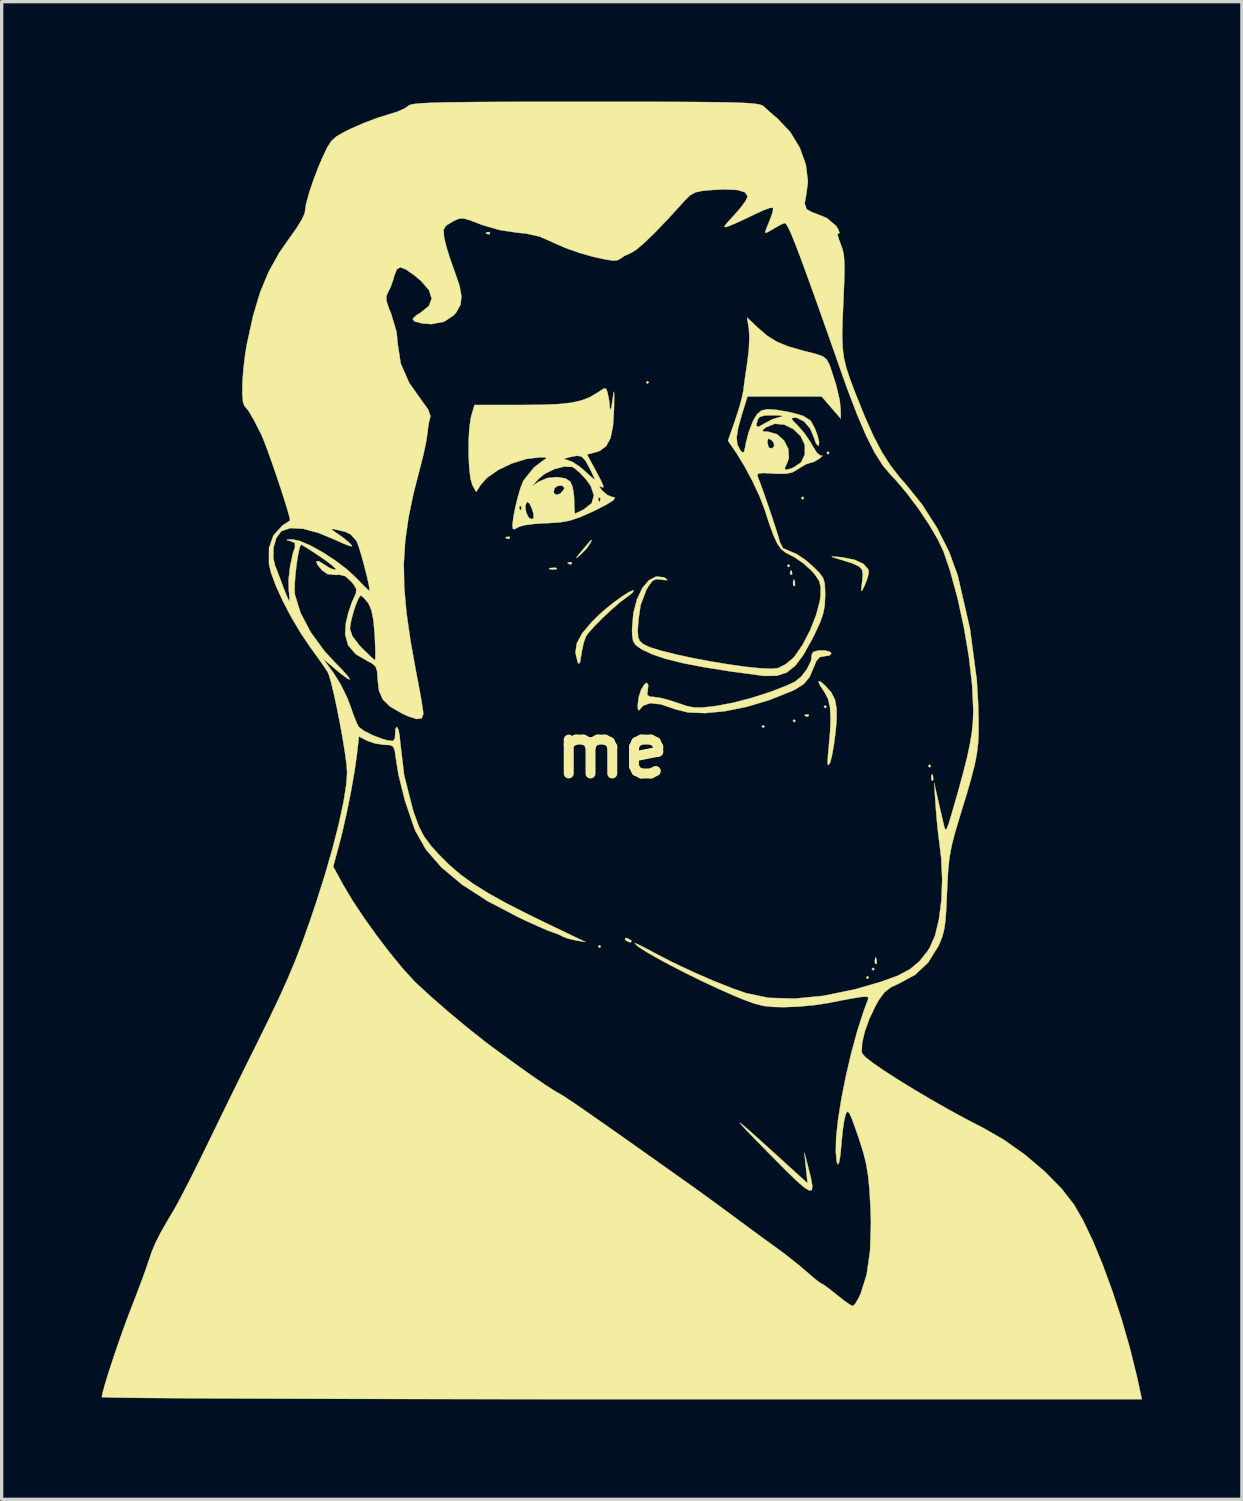
<source format=kicad_pcb>
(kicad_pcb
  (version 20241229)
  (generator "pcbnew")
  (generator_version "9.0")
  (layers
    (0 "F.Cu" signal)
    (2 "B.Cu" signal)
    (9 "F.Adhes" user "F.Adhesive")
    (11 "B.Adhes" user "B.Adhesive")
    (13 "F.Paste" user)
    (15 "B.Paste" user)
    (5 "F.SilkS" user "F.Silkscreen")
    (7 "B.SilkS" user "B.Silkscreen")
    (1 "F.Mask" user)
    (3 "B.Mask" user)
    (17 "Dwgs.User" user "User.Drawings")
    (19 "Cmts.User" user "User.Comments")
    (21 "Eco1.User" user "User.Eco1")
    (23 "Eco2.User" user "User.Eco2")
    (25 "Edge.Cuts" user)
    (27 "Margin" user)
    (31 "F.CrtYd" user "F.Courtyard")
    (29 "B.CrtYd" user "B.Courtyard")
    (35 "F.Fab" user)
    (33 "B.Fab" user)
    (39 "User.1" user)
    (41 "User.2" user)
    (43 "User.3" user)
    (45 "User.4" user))
  (footprint "me"
    (layer "F.Cu")
    (at 15.329 19.478)
    (property "Reference" "me" (at 0 0 0) (layer "F.SilkS") (effects (font (size 1.524 1.524) (thickness 0.3))))
    (attr through_hole)
    (fp_poly (pts (xy -0.339 5.884) (xy -0.381 5.927) (xy -0.423 5.884) (xy -0.381 5.842) (xy -0.339 5.884)) (stroke (width 0.01) (type solid)) (fill yes) (layer "F.SilkS"))
    (fp_poly (pts (xy 1.101 -11.049) (xy 1.058 -11.007) (xy 1.016 -11.049) (xy 1.058 -11.091) (xy 1.101 -11.049)) (stroke (width 0.01) (type solid)) (fill yes) (layer "F.SilkS"))
    (fp_poly (pts (xy 4.572 -0.72) (xy 4.53 -0.677) (xy 4.487 -0.72) (xy 4.53 -0.762) (xy 4.572 -0.72)) (stroke (width 0.01) (type solid)) (fill yes) (layer "F.SilkS"))
    (fp_poly (pts (xy 5.334 -5.546) (xy 5.292 -5.503) (xy 5.249 -5.546) (xy 5.292 -5.588) (xy 5.334 -5.546)) (stroke (width 0.01) (type solid)) (fill yes) (layer "F.SilkS"))
    (fp_poly (pts (xy 5.503 -0.889) (xy 5.461 -0.847) (xy 5.419 -0.889) (xy 5.461 -0.931) (xy 5.503 -0.889)) (stroke (width 0.01) (type solid)) (fill yes) (layer "F.SilkS"))
    (fp_poly (pts (xy 5.757 -7.578) (xy 5.715 -7.535) (xy 5.673 -7.578) (xy 5.715 -7.62) (xy 5.757 -7.578)) (stroke (width 0.01) (type solid)) (fill yes) (layer "F.SilkS"))
    (fp_poly (pts (xy 6.435 -1.312) (xy 6.392 -1.27) (xy 6.35 -1.312) (xy 6.392 -1.355) (xy 6.435 -1.312)) (stroke (width 0.01) (type solid)) (fill yes) (layer "F.SilkS"))
    (fp_poly (pts (xy 6.519 -8.932) (xy 6.477 -8.89) (xy 6.435 -8.932) (xy 6.477 -8.975) (xy 6.519 -8.932)) (stroke (width 0.01) (type solid)) (fill yes) (layer "F.SilkS"))
    (fp_poly (pts (xy 7.705 6.816) (xy 7.662 6.858) (xy 7.62 6.816) (xy 7.662 6.773) (xy 7.705 6.816)) (stroke (width 0.01) (type solid)) (fill yes) (layer "F.SilkS"))
    (fp_poly (pts (xy 7.874 6.562) (xy 7.832 6.604) (xy 7.789 6.562) (xy 7.832 6.519) (xy 7.874 6.562)) (stroke (width 0.01) (type solid)) (fill yes) (layer "F.SilkS"))
    (fp_poly (pts (xy 9.567 0.466) (xy 9.525 0.508) (xy 9.483 0.466) (xy 9.525 0.423) (xy 9.567 0.466)) (stroke (width 0.01) (type solid)) (fill yes) (layer "F.SilkS"))
    (fp_poly (pts (xy -3.669 -15.55) (xy -3.681 -15.5) (xy -3.725 -15.494) (xy -3.795 -15.525) (xy -3.782 -15.55) (xy -3.681 -15.561) (xy -3.669 -15.55)) (stroke (width 0.01) (type solid)) (fill yes) (layer "F.SilkS"))
    (fp_poly (pts (xy -3.076 -6.406) (xy -3.088 -6.356) (xy -3.133 -6.35) (xy -3.202 -6.381) (xy -3.189 -6.406) (xy -3.089 -6.417) (xy -3.076 -6.406)) (stroke (width 0.01) (type solid)) (fill yes) (layer "F.SilkS"))
    (fp_poly (pts (xy -1.672 -5.475) (xy -1.662 -5.444) (xy -1.778 -5.432) (xy -1.898 -5.445) (xy -1.884 -5.475) (xy -1.71 -5.486) (xy -1.672 -5.475)) (stroke (width 0.01) (type solid)) (fill yes) (layer "F.SilkS"))
    (fp_poly (pts (xy -1.214 -5.644) (xy -1.225 -5.594) (xy -1.27 -5.588) (xy -1.34 -5.619) (xy -1.326 -5.644) (xy -1.226 -5.655) (xy -1.214 -5.644)) (stroke (width 0.01) (type solid)) (fill yes) (layer "F.SilkS"))
    (fp_poly (pts (xy 5.39 -5.39) (xy 5.401 -5.29) (xy 5.39 -5.278) (xy 5.34 -5.289) (xy 5.334 -5.334) (xy 5.365 -5.404) (xy 5.39 -5.39)) (stroke (width 0.01) (type solid)) (fill yes) (layer "F.SilkS"))
    (fp_poly (pts (xy 5.477 -5.096) (xy 5.487 -4.964) (xy 5.47 -4.934) (xy 5.431 -4.959) (xy 5.425 -5.045) (xy 5.446 -5.135) (xy 5.477 -5.096)) (stroke (width 0.01) (type solid)) (fill yes) (layer "F.SilkS"))
    (fp_poly (pts (xy 5.898 -1.072) (xy 5.887 -1.022) (xy 5.842 -1.016) (xy 5.772 -1.047) (xy 5.786 -1.072) (xy 5.886 -1.083) (xy 5.898 -1.072)) (stroke (width 0.01) (type solid)) (fill yes) (layer "F.SilkS"))
    (fp_poly (pts (xy 7.932 6.249) (xy 7.942 6.382) (xy 7.925 6.412) (xy 7.887 6.386) (xy 7.881 6.301) (xy 7.901 6.21) (xy 7.932 6.249)) (stroke (width 0.01) (type solid)) (fill yes) (layer "F.SilkS"))
    (fp_poly (pts (xy 9.625 0.746) (xy 9.635 0.878) (xy 9.618 0.908) (xy 9.58 0.883) (xy 9.574 0.797) (xy 9.595 0.707) (xy 9.625 0.746)) (stroke (width 0.01) (type solid)) (fill yes) (layer "F.SilkS"))
    (fp_poly (pts (xy 0.461 5.64) (xy 0.58 5.709) (xy 0.56 5.753) (xy 0.513 5.757) (xy 0.398 5.696) (xy 0.382 5.674) (xy 0.395 5.626) (xy 0.461 5.64)) (stroke (width 0.01) (type solid)) (fill yes) (layer "F.SilkS"))
    (fp_poly (pts (xy -0.649 -6.242) (xy -0.659 -6.222) (xy -0.789 -6.041) (xy -0.945 -5.884) (xy -1.065 -5.785) (xy -1.08 -5.787) (xy -0.989 -5.902) (xy -0.933 -5.97) (xy -0.741 -6.199) (xy -0.64 -6.311) (xy -0.614 -6.321) (xy -0.649 -6.242)) (stroke (width 0.01) (type solid)) (fill yes) (layer "F.SilkS"))
    (fp_poly (pts (xy 6.71 -5.817) (xy 6.895 -5.799) (xy 7.268 -5.726) (xy 7.54 -5.6) (xy 7.685 -5.438) (xy 7.701 -5.353) (xy 7.663 -5.176) (xy 7.577 -4.954) (xy 7.576 -4.953) (xy 7.504 -4.806) (xy 7.475 -4.785) (xy 7.482 -4.906) (xy 7.503 -5.088) (xy 7.521 -5.29) (xy 7.497 -5.428) (xy 7.402 -5.529) (xy 7.208 -5.617) (xy 6.888 -5.719) (xy 6.773 -5.754) (xy 6.612 -5.804) (xy 6.587 -5.823) (xy 6.71 -5.817)) (stroke (width 0.01) (type solid)) (fill yes) (layer "F.SilkS"))
    (fp_poly (pts (xy 3.889 11.216) (xy 4.07 11.371) (xy 4.372 11.64) (xy 4.797 12.024) (xy 4.985 12.194) (xy 5.863 12.992) (xy 5.814 12.529) (xy 5.765 12.065) (xy 5.888 12.531) (xy 5.967 12.85) (xy 6.006 13.072) (xy 5.992 13.194) (xy 5.916 13.211) (xy 5.766 13.12) (xy 5.533 12.918) (xy 5.205 12.601) (xy 4.773 12.164) (xy 4.741 12.133) (xy 4.342 11.725) (xy 4.055 11.429) (xy 3.883 11.245) (xy 3.827 11.174) (xy 3.889 11.216)) (stroke (width 0.01) (type solid)) (fill yes) (layer "F.SilkS"))
    (fp_poly (pts (xy 6.251 -2.066) (xy 6.386 -1.954) (xy 6.572 -1.746) (xy 6.686 -1.522) (xy 6.736 -1.241) (xy 6.731 -0.864) (xy 6.699 -0.519) (xy 6.651 -0.159) (xy 6.596 0.148) (xy 6.543 0.355) (xy 6.522 0.402) (xy 6.477 0.44) (xy 6.463 0.345) (xy 6.479 0.1) (xy 6.488 0.011) (xy 6.538 -0.557) (xy 6.554 -0.987) (xy 6.535 -1.308) (xy 6.477 -1.548) (xy 6.38 -1.736) (xy 6.371 -1.749) (xy 6.229 -1.968) (xy 6.189 -2.077) (xy 6.251 -2.066)) (stroke (width 0.01) (type solid)) (fill yes) (layer "F.SilkS"))
    (fp_poly (pts (xy 0.644 -4.803) (xy 0.608 -4.737) (xy 0.47 -4.627) (xy 0.447 -4.612) (xy 0.238 -4.454) (xy -0.025 -4.227) (xy -0.3 -3.968) (xy -0.548 -3.717) (xy -0.728 -3.512) (xy -0.786 -3.429) (xy -0.856 -3.24) (xy -0.915 -2.973) (xy -0.928 -2.879) (xy -0.965 -2.661) (xy -1.004 -2.6) (xy -1.038 -2.653) (xy -1.106 -2.937) (xy -1.065 -3.217) (xy -0.903 -3.518) (xy -0.609 -3.864) (xy -0.423 -4.049) (xy -0.193 -4.254) (xy 0.064 -4.458) (xy 0.311 -4.635) (xy 0.511 -4.76) (xy 0.63 -4.808) (xy 0.644 -4.803)) (stroke (width 0.01) (type solid)) (fill yes) (layer "F.SilkS"))
    (fp_poly (pts (xy 6.532 -2.964) (xy 6.577 -2.918) (xy 6.528 -2.854) (xy 6.387 -2.833) (xy 6.228 -2.803) (xy 6.122 -2.68) (xy 6.057 -2.518) (xy 5.924 -2.207) (xy 5.755 -1.999) (xy 5.495 -1.834) (xy 5.372 -1.776) (xy 4.709 -1.511) (xy 4.036 -1.311) (xy 3.384 -1.179) (xy 2.785 -1.122) (xy 2.271 -1.143) (xy 1.905 -1.234) (xy 1.464 -1.384) (xy 1.141 -1.421) (xy 0.931 -1.347) (xy 0.887 -1.301) (xy 0.801 -1.202) (xy 0.77 -1.243) (xy 0.765 -1.372) (xy 0.794 -1.604) (xy 0.869 -1.83) (xy 0.967 -1.99) (xy 1.039 -2.032) (xy 1.081 -1.963) (xy 1.066 -1.82) (xy 1.049 -1.666) (xy 1.137 -1.613) (xy 1.239 -1.609) (xy 1.439 -1.58) (xy 1.726 -1.505) (xy 1.963 -1.427) (xy 2.228 -1.337) (xy 2.445 -1.293) (xy 2.676 -1.288) (xy 2.983 -1.319) (xy 3.157 -1.343) (xy 3.648 -1.437) (xy 4.207 -1.585) (xy 4.767 -1.766) (xy 5.261 -1.959) (xy 5.484 -2.064) (xy 5.676 -2.221) (xy 5.85 -2.453) (xy 5.968 -2.7) (xy 5.992 -2.895) (xy 6.046 -2.966) (xy 6.199 -3.003) (xy 6.383 -3.003) (xy 6.532 -2.964)) (stroke (width 0.01) (type solid)) (fill yes) (layer "F.SilkS"))
    (fp_poly (pts (xy -0.184 -10.86) (xy -0.141 -10.744) (xy -0.138 -10.73) (xy -0.094 -10.501) (xy -0.072 -10.287) (xy -0.056 -10.209) (xy -0.028 -10.291) (xy 0.005 -10.499) (xy 0.034 -10.702) (xy 0.051 -10.772) (xy 0.058 -10.698) (xy 0.056 -10.472) (xy 0.052 -10.245) (xy 0.022 -9.739) (xy -0.053 -9.377) (xy -0.182 -9.137) (xy -0.373 -8.995) (xy -0.485 -8.956) (xy -0.758 -8.886) (xy -0.506 -8.421) (xy -0.352 -8.129) (xy -0.275 -7.961) (xy -0.27 -7.895) (xy -0.33 -7.91) (xy -0.36 -7.926) (xy -0.388 -7.918) (xy -0.314 -7.815) (xy -0.304 -7.804) (xy -0.15 -7.669) (xy -0.029 -7.62) (xy 0.083 -7.593) (xy 0.034 -7.513) (xy -0.173 -7.38) (xy -0.539 -7.195) (xy -0.604 -7.164) (xy -0.977 -7) (xy -1.275 -6.9) (xy -1.57 -6.848) (xy -1.933 -6.824) (xy -1.996 -6.823) (xy -2.337 -6.802) (xy -2.619 -6.765) (xy -2.794 -6.718) (xy -2.818 -6.704) (xy -2.939 -6.642) (xy -2.982 -6.651) (xy -2.996 -6.761) (xy -2.97 -6.986) (xy -2.915 -7.277) (xy -2.914 -7.281) (xy -2.794 -7.281) (xy -2.763 -7.212) (xy -2.738 -7.225) (xy -2.728 -7.321) (xy -2.612 -7.321) (xy -2.583 -7.14) (xy -2.505 -6.989) (xy -2.424 -6.943) (xy -2.358 -6.976) (xy -2.365 -7.101) (xy -2.403 -7.236) (xy -2.482 -7.415) (xy -2.558 -7.463) (xy -2.571 -7.454) (xy -2.612 -7.321) (xy -2.728 -7.321) (xy -2.727 -7.325) (xy -2.738 -7.338) (xy -2.788 -7.326) (xy -2.794 -7.281) (xy -2.914 -7.281) (xy -2.841 -7.587) (xy -2.797 -7.737) (xy -1.759 -7.737) (xy -1.675 -7.67) (xy -1.559 -7.711) (xy -1.457 -7.832) (xy -1.439 -7.884) (xy -1.501 -7.95) (xy -1.629 -7.946) (xy -1.735 -7.876) (xy -1.736 -7.874) (xy -1.759 -7.737) (xy -2.797 -7.737) (xy -2.759 -7.868) (xy -2.735 -7.93) (xy -2.413 -7.93) (xy -2.204 -8.071) (xy -1.951 -8.178) (xy -1.662 -8.209) (xy -1.403 -8.166) (xy -1.26 -8.073) (xy -1.19 -7.908) (xy -1.149 -7.651) (xy -1.143 -7.523) (xy -1.138 -7.286) (xy -1.126 -7.137) (xy -1.118 -7.112) (xy -1.033 -7.147) (xy -0.863 -7.231) (xy -0.852 -7.236) (xy -0.62 -7.422) (xy -0.586 -7.535) (xy -0.423 -7.535) (xy -0.392 -7.466) (xy -0.367 -7.479) (xy -0.357 -7.579) (xy -0.367 -7.592) (xy -0.417 -7.58) (xy -0.423 -7.535) (xy -0.586 -7.535) (xy -0.551 -7.656) (xy -0.643 -7.935) (xy -0.781 -8.13) (xy -0.969 -8.333) (xy -1.138 -8.477) (xy -1.202 -8.512) (xy -1.442 -8.523) (xy -1.741 -8.445) (xy -2.028 -8.303) (xy -2.207 -8.157) (xy -2.413 -7.93) (xy -2.735 -7.93) (xy -2.679 -8.073) (xy -2.655 -8.116) (xy -2.353 -8.494) (xy -2.074 -8.706) (xy -1.99 -8.761) (xy -1.435 -8.761) (xy -1.433 -8.735) (xy -1.375 -8.729) (xy -1.203 -8.668) (xy -0.981 -8.523) (xy -0.867 -8.427) (xy -0.683 -8.259) (xy -0.558 -8.152) (xy -0.527 -8.13) (xy -0.548 -8.196) (xy -0.626 -8.364) (xy -0.674 -8.461) (xy -0.808 -8.704) (xy -0.92 -8.823) (xy -1.062 -8.847) (xy -1.272 -8.807) (xy -1.435 -8.761) (xy -1.99 -8.761) (xy -1.974 -8.771) (xy -2.012 -8.797) (xy -2.159 -8.802) (xy -2.573 -8.753) (xy -3.013 -8.617) (xy -3.428 -8.418) (xy -3.766 -8.18) (xy -3.939 -7.986) (xy -4.086 -7.762) (xy -4.199 -7.966) (xy -4.255 -8.16) (xy -4.293 -8.474) (xy -4.312 -8.86) (xy -4.312 -9.269) (xy -4.292 -9.654) (xy -4.25 -9.966) (xy -4.226 -10.066) (xy -4.135 -10.372) (xy -2.723 -10.372) (xy -2.094 -10.378) (xy -1.604 -10.399) (xy -1.224 -10.44) (xy -0.925 -10.507) (xy -0.677 -10.604) (xy -0.452 -10.736) (xy -0.412 -10.763) (xy -0.256 -10.864) (xy -0.184 -10.86)) (stroke (width 0.01) (type solid)) (fill yes) (layer "F.SilkS"))
    (fp_poly (pts (xy 4.373 -12.688) (xy 4.656 -12.446) (xy 4.943 -12.268) (xy 5.284 -12.128) (xy 5.734 -12) (xy 5.818 -11.979) (xy 6.133 -11.899) (xy 6.325 -11.828) (xy 6.437 -11.737) (xy 6.512 -11.598) (xy 6.555 -11.483) (xy 6.725 -10.956) (xy 6.829 -10.503) (xy 6.858 -10.209) (xy 6.858 -9.962) (xy 6.571 -10.294) (xy 6.285 -10.626) (xy 4.058 -10.626) (xy 3.892 -10.088) (xy 3.779 -9.683) (xy 3.734 -9.396) (xy 3.755 -9.188) (xy 3.839 -9.021) (xy 3.839 -9.02) (xy 3.913 -8.94) (xy 3.958 -8.971) (xy 3.997 -9.138) (xy 4.011 -9.224) (xy 4.015 -9.239) (xy 4.657 -9.239) (xy 4.699 -9.09) (xy 4.793 -9.066) (xy 4.862 -9.134) (xy 4.846 -9.242) (xy 4.783 -9.314) (xy 4.686 -9.368) (xy 4.657 -9.279) (xy 4.657 -9.239) (xy 4.015 -9.239) (xy 4.092 -9.545) (xy 4.116 -9.609) (xy 4.505 -9.609) (xy 4.536 -9.576) (xy 4.678 -9.57) (xy 4.944 -9.494) (xy 5.157 -9.305) (xy 5.287 -9.05) (xy 5.302 -8.779) (xy 5.257 -8.649) (xy 5.178 -8.478) (xy 5.207 -8.421) (xy 5.362 -8.463) (xy 5.436 -8.492) (xy 5.667 -8.648) (xy 5.78 -8.885) (xy 5.78 -9.176) (xy 5.652 -9.44) (xy 5.434 -9.65) (xy 5.163 -9.782) (xy 4.878 -9.807) (xy 4.614 -9.701) (xy 4.505 -9.609) (xy 4.116 -9.609) (xy 4.173 -9.758) (xy 4.321 -9.758) (xy 4.373 -9.709) (xy 4.531 -9.792) (xy 4.553 -9.808) (xy 4.799 -9.94) (xy 5.04 -10.013) (xy 5.129 -10.036) (xy 5.05 -10.053) (xy 4.856 -10.063) (xy 4.573 -10.056) (xy 4.42 -10.007) (xy 4.369 -9.941) (xy 4.321 -9.758) (xy 4.173 -9.758) (xy 4.215 -9.868) (xy 4.237 -9.914) (xy 4.347 -10.095) (xy 4.474 -10.203) (xy 4.655 -10.244) (xy 4.925 -10.226) (xy 5.319 -10.157) (xy 5.369 -10.147) (xy 5.722 -10.048) (xy 5.933 -9.917) (xy 5.979 -9.861) (xy 6.084 -9.661) (xy 6.166 -9.441) (xy 6.209 -9.254) (xy 6.197 -9.151) (xy 6.181 -9.144) (xy 6.114 -9.217) (xy 6.056 -9.387) (xy 5.942 -9.662) (xy 5.755 -9.878) (xy 5.541 -9.986) (xy 5.491 -9.991) (xy 5.393 -9.979) (xy 5.401 -9.924) (xy 5.525 -9.796) (xy 5.568 -9.756) (xy 5.767 -9.527) (xy 5.958 -9.243) (xy 6.003 -9.16) (xy 6.141 -8.939) (xy 6.256 -8.847) (xy 6.29 -8.851) (xy 6.313 -8.847) (xy 6.228 -8.769) (xy 6.057 -8.665) (xy 5.949 -8.636) (xy 5.808 -8.589) (xy 5.615 -8.473) (xy 5.592 -8.456) (xy 5.419 -8.353) (xy 5.225 -8.307) (xy 4.948 -8.306) (xy 4.83 -8.313) (xy 4.546 -8.329) (xy 4.398 -8.317) (xy 4.354 -8.272) (xy 4.368 -8.218) (xy 4.445 -8.019) (xy 4.553 -7.717) (xy 4.678 -7.359) (xy 4.803 -6.987) (xy 4.914 -6.648) (xy 4.996 -6.385) (xy 5.031 -6.255) (xy 5.123 -6.073) (xy 5.328 -5.983) (xy 5.336 -5.981) (xy 5.535 -5.896) (xy 5.788 -5.727) (xy 5.994 -5.553) (xy 6.209 -5.342) (xy 6.328 -5.182) (xy 6.379 -5.009) (xy 6.39 -4.757) (xy 6.39 -4.641) (xy 6.378 -4.364) (xy 6.335 -4.122) (xy 6.246 -3.862) (xy 6.095 -3.532) (xy 6.005 -3.35) (xy 5.741 -2.875) (xy 5.495 -2.545) (xy 5.238 -2.341) (xy 4.944 -2.245) (xy 4.587 -2.238) (xy 4.445 -2.253) (xy 3.52 -2.378) (xy 2.749 -2.501) (xy 2.117 -2.623) (xy 1.61 -2.749) (xy 1.212 -2.881) (xy 0.908 -3.024) (xy 0.866 -3.048) (xy 0.705 -3.162) (xy 0.624 -3.286) (xy 0.596 -3.482) (xy 0.594 -3.661) (xy 0.634 -4.126) (xy 0.741 -4.537) (xy 0.9 -4.871) (xy 1.097 -5.107) (xy 1.318 -5.223) (xy 1.547 -5.198) (xy 1.609 -5.163) (xy 1.655 -5.114) (xy 1.553 -5.116) (xy 1.48 -5.129) (xy 1.316 -5.144) (xy 1.2 -5.086) (xy 1.082 -4.924) (xy 1.023 -4.821) (xy 0.851 -4.366) (xy 0.782 -3.895) (xy 0.765 -3.586) (xy 0.777 -3.398) (xy 0.828 -3.284) (xy 0.928 -3.195) (xy 0.936 -3.19) (xy 1.135 -3.097) (xy 1.469 -2.994) (xy 1.904 -2.885) (xy 2.407 -2.776) (xy 2.944 -2.675) (xy 3.482 -2.586) (xy 3.987 -2.515) (xy 4.427 -2.469) (xy 4.768 -2.453) (xy 4.969 -2.471) (xy 5.2 -2.585) (xy 5.429 -2.774) (xy 5.469 -2.818) (xy 5.711 -3.168) (xy 5.938 -3.606) (xy 6.12 -4.068) (xy 6.231 -4.488) (xy 6.248 -4.617) (xy 6.258 -4.893) (xy 6.215 -5.083) (xy 6.091 -5.27) (xy 6 -5.377) (xy 5.749 -5.609) (xy 5.46 -5.807) (xy 5.361 -5.858) (xy 5.196 -5.943) (xy 5.066 -6.051) (xy 4.953 -6.212) (xy 4.841 -6.453) (xy 4.714 -6.803) (xy 4.572 -7.239) (xy 4.424 -7.624) (xy 4.211 -8.079) (xy 3.968 -8.535) (xy 3.729 -8.926) (xy 3.715 -8.946) (xy 3.474 -9.298) (xy 3.69 -9.92) (xy 3.8 -10.256) (xy 3.886 -10.564) (xy 3.932 -10.781) (xy 3.934 -10.795) (xy 3.96 -11.005) (xy 4.004 -11.317) (xy 4.055 -11.665) (xy 4.058 -11.684) (xy 4.1 -12.048) (xy 4.115 -12.397) (xy 4.101 -12.655) (xy 4.101 -12.658) (xy 4.047 -12.996) (xy 4.373 -12.688)) (stroke (width 0.01) (type solid)) (fill yes) (layer "F.SilkS"))
    (fp_poly (pts (xy 0.257 -19.473) (xy 1.174 -19.472) (xy 1.947 -19.47) (xy 2.589 -19.466) (xy 3.112 -19.461) (xy 3.53 -19.454) (xy 3.855 -19.444) (xy 4.1 -19.431) (xy 4.278 -19.415) (xy 4.4 -19.395) (xy 4.481 -19.372) (xy 4.533 -19.344) (xy 4.556 -19.325) (xy 4.725 -19.17) (xy 4.938 -18.987) (xy 4.964 -18.965) (xy 5.342 -18.567) (xy 5.63 -18.092) (xy 5.813 -17.581) (xy 5.874 -17.076) (xy 5.824 -16.696) (xy 5.776 -16.418) (xy 5.833 -16.248) (xy 6.009 -16.15) (xy 6.068 -16.134) (xy 6.441 -15.983) (xy 6.713 -15.753) (xy 6.779 -15.653) (xy 6.827 -15.53) (xy 6.785 -15.529) (xy 6.762 -15.494) (xy 6.802 -15.344) (xy 6.849 -15.222) (xy 6.906 -15.069) (xy 6.944 -14.908) (xy 6.965 -14.707) (xy 6.971 -14.436) (xy 6.962 -14.062) (xy 6.941 -13.555) (xy 6.937 -13.462) (xy 6.912 -12.89) (xy 6.903 -12.447) (xy 6.915 -12.093) (xy 6.954 -11.788) (xy 7.024 -11.492) (xy 7.131 -11.166) (xy 7.281 -10.768) (xy 7.303 -10.71) (xy 7.587 -10.007) (xy 7.843 -9.435) (xy 8.089 -8.965) (xy 8.343 -8.566) (xy 8.622 -8.206) (xy 8.803 -8.001) (xy 9.298 -7.388) (xy 9.745 -6.69) (xy 10.112 -5.963) (xy 10.367 -5.264) (xy 10.374 -5.238) (xy 10.738 -3.653) (xy 10.942 -2.119) (xy 10.984 -1.397) (xy 10.996 -0.937) (xy 10.998 -0.558) (xy 10.983 -0.227) (xy 10.945 0.09) (xy 10.88 0.427) (xy 10.781 0.817) (xy 10.644 1.295) (xy 10.461 1.893) (xy 10.419 2.032) (xy 10.28 2.497) (xy 10.185 2.872) (xy 10.122 3.217) (xy 10.083 3.591) (xy 10.057 4.052) (xy 10.048 4.261) (xy 10.027 4.75) (xy 10.001 5.108) (xy 9.963 5.374) (xy 9.909 5.585) (xy 9.832 5.78) (xy 9.789 5.872) (xy 9.48 6.367) (xy 9.091 6.733) (xy 8.614 6.991) (xy 8.353 7.115) (xy 8.171 7.259) (xy 8.013 7.473) (xy 7.899 7.673) (xy 7.719 8.052) (xy 7.582 8.434) (xy 7.501 8.776) (xy 7.488 9.032) (xy 7.503 9.098) (xy 7.602 9.208) (xy 7.828 9.383) (xy 8.159 9.611) (xy 8.573 9.878) (xy 9.048 10.17) (xy 9.562 10.474) (xy 10.092 10.776) (xy 10.617 11.062) (xy 11.114 11.319) (xy 11.134 11.329) (xy 11.762 11.69) (xy 12.392 12.138) (xy 12.982 12.639) (xy 13.491 13.157) (xy 13.86 13.631) (xy 14.135 14.108) (xy 14.427 14.721) (xy 14.724 15.441) (xy 15.016 16.237) (xy 15.291 17.079) (xy 15.538 17.937) (xy 15.747 18.781) (xy 15.792 18.986) (xy 15.896 19.473) (xy 0.286 19.473) (xy -1.327 19.473) (xy -2.893 19.472) (xy -4.405 19.47) (xy -5.854 19.468) (xy -7.233 19.465) (xy -8.532 19.462) (xy -9.743 19.458) (xy -10.858 19.454) (xy -11.869 19.45) (xy -12.767 19.445) (xy -13.544 19.439) (xy -14.191 19.434) (xy -14.701 19.428) (xy -15.064 19.421) (xy -15.273 19.415) (xy -15.324 19.41) (xy -15.295 19.264) (xy -15.219 18.993) (xy -15.106 18.628) (xy -14.967 18.203) (xy -14.813 17.751) (xy -14.654 17.305) (xy -14.503 16.897) (xy -14.451 16.764) (xy -14.285 16.335) (xy -14.126 15.913) (xy -13.995 15.551) (xy -13.919 15.325) (xy -13.824 15.048) (xy -13.716 14.789) (xy -13.574 14.507) (xy -13.378 14.159) (xy -13.165 13.801) (xy -13.041 13.58) (xy -12.862 13.239) (xy -12.641 12.809) (xy -12.397 12.32) (xy -12.145 11.806) (xy -12.106 11.726) (xy -11.819 11.135) (xy -11.505 10.491) (xy -11.189 9.849) (xy -10.899 9.262) (xy -10.693 8.848) (xy -10.317 8.085) (xy -10.005 7.432) (xy -9.742 6.848) (xy -9.511 6.295) (xy -9.295 5.734) (xy -9.079 5.125) (xy -8.895 4.581) (xy -8.627 3.738) (xy -8.397 2.938) (xy -8.209 2.204) (xy -8.07 1.559) (xy -7.985 1.027) (xy -7.959 0.659) (xy -7.976 0.423) (xy -8.023 0.074) (xy -8.091 -0.349) (xy -8.174 -0.811) (xy -8.265 -1.272) (xy -8.356 -1.696) (xy -8.441 -2.045) (xy -8.511 -2.281) (xy -8.537 -2.343) (xy -8.624 -2.48) (xy -8.784 -2.71) (xy -8.986 -2.991) (xy -9.058 -3.089) (xy -9.349 -3.518) (xy -9.633 -3.997) (xy -9.89 -4.487) (xy -10.101 -4.95) (xy -10.247 -5.348) (xy -10.306 -5.609) (xy -10.305 -5.774) (xy -10.175 -5.774) (xy -10.124 -5.56) (xy -10.029 -5.313) (xy -9.914 -5.008) (xy -9.87 -4.889) (xy -9.781 -4.661) (xy -9.715 -4.515) (xy -9.695 -4.487) (xy -9.688 -4.562) (xy -9.703 -4.747) (xy -9.707 -4.779) (xy -9.536 -4.779) (xy -9.527 -4.681) (xy -9.355 -4.127) (xy -9.051 -3.548) (xy -8.642 -2.988) (xy -8.369 -2.69) (xy -8.091 -2.405) (xy -7.927 -2.217) (xy -7.876 -2.131) (xy -7.941 -2.152) (xy -8.122 -2.285) (xy -8.303 -2.434) (xy -8.677 -2.752) (xy -8.358 -2.314) (xy -8.151 -1.979) (xy -7.958 -1.586) (xy -7.863 -1.34) (xy -7.762 -1.05) (xy -7.668 -0.82) (xy -7.608 -0.706) (xy -7.453 -0.589) (xy -7.198 -0.46) (xy -6.905 -0.348) (xy -6.752 -0.305) (xy -6.585 -0.285) (xy -6.525 -0.357) (xy -6.519 -0.459) (xy -6.504 -0.658) (xy -6.466 -0.709) (xy -6.421 -0.631) (xy -6.382 -0.441) (xy -6.367 -0.268) (xy -6.247 0.746) (xy -5.98 1.795) (xy -5.946 1.898) (xy -5.804 2.284) (xy -5.647 2.585) (xy -5.432 2.872) (xy -5.224 3.104) (xy -4.904 3.425) (xy -4.562 3.719) (xy -4.175 4.001) (xy -3.718 4.287) (xy -3.168 4.592) (xy -2.499 4.932) (xy -1.99 5.18) (xy -1.661 5.337) (xy -1.336 5.493) (xy -1.143 5.586) (xy -0.804 5.749) (xy -1.101 5.699) (xy -1.324 5.648) (xy -1.473 5.592) (xy -1.482 5.586) (xy -1.624 5.516) (xy -1.778 5.462) (xy -1.942 5.401) (xy -2.215 5.283) (xy -2.554 5.13) (xy -2.794 5.017) (xy -3.736 4.525) (xy -4.513 4.023) (xy -5.131 3.506) (xy -5.595 2.971) (xy -5.91 2.412) (xy -5.944 2.328) (xy -6.224 1.506) (xy -6.417 0.728) (xy -6.49 0.275) (xy -6.526 0.017) (xy -6.576 -0.115) (xy -6.672 -0.163) (xy -6.832 -0.169) (xy -7.115 -0.208) (xy -7.362 -0.294) (xy -7.604 -0.419) (xy -7.664 0.108) (xy -7.736 0.62) (xy -7.843 1.231) (xy -7.973 1.876) (xy -8.112 2.49) (xy -8.208 2.864) (xy -8.377 3.485) (xy -8.068 4.05) (xy -7.8 4.5) (xy -7.459 5.014) (xy -7.074 5.552) (xy -6.676 6.073) (xy -6.295 6.538) (xy -5.961 6.906) (xy -5.892 6.975) (xy -5.445 7.387) (xy -4.914 7.85) (xy -4.352 8.318) (xy -3.813 8.745) (xy -3.556 8.938) (xy -2.935 9.391) (xy -2.415 9.761) (xy -2.004 10.043) (xy -1.713 10.228) (xy -1.615 10.284) (xy -1.528 10.333) (xy -1.395 10.417) (xy -1.207 10.543) (xy -0.952 10.717) (xy -0.621 10.947) (xy -0.202 11.24) (xy 0.315 11.604) (xy 0.941 12.046) (xy 1.685 12.574) (xy 2.366 13.057) (xy 2.737 13.323) (xy 3.165 13.635) (xy 3.574 13.936) (xy 3.678 14.013) (xy 4.052 14.29) (xy 4.452 14.584) (xy 4.81 14.844) (xy 4.911 14.916) (xy 5.24 15.162) (xy 5.575 15.427) (xy 5.842 15.654) (xy 6.052 15.836) (xy 6.212 15.961) (xy 6.277 16) (xy 6.366 16.051) (xy 6.543 16.182) (xy 6.741 16.341) (xy 6.966 16.518) (xy 7.141 16.64) (xy 7.221 16.679) (xy 7.293 16.609) (xy 7.398 16.43) (xy 7.451 16.318) (xy 7.634 15.744) (xy 7.738 15.027) (xy 7.765 14.163) (xy 7.751 13.717) (xy 7.721 13.187) (xy 7.681 12.77) (xy 7.621 12.409) (xy 7.531 12.049) (xy 7.398 11.633) (xy 7.302 11.355) (xy 7.19 11.049) (xy 7.116 10.883) (xy 7.065 10.837) (xy 7.022 10.89) (xy 7.005 10.932) (xy 6.961 11.113) (xy 6.918 11.404) (xy 6.884 11.747) (xy 6.881 11.79) (xy 6.847 12.15) (xy 6.809 12.366) (xy 6.771 12.431) (xy 6.738 12.341) (xy 6.713 12.088) (xy 6.711 12.044) (xy 6.72 11.617) (xy 6.78 11.068) (xy 6.881 10.435) (xy 7.017 9.756) (xy 7.178 9.069) (xy 7.358 8.41) (xy 7.548 7.819) (xy 7.665 7.508) (xy 7.686 7.443) (xy 7.673 7.403) (xy 7.602 7.388) (xy 7.45 7.402) (xy 7.193 7.444) (xy 6.81 7.516) (xy 6.459 7.585) (xy 6.054 7.646) (xy 5.583 7.689) (xy 5.157 7.705) (xy 4.818 7.698) (xy 4.543 7.668) (xy 4.276 7.602) (xy 3.958 7.486) (xy 3.651 7.359) (xy 3.18 7.151) (xy 2.69 6.922) (xy 2.204 6.683) (xy 1.746 6.448) (xy 1.34 6.229) (xy 1.012 6.039) (xy 0.784 5.891) (xy 0.681 5.797) (xy 0.677 5.785) (xy 0.746 5.808) (xy 0.927 5.897) (xy 1.189 6.034) (xy 1.303 6.096) (xy 1.826 6.366) (xy 2.426 6.648) (xy 3.044 6.917) (xy 3.621 7.146) (xy 4.022 7.286) (xy 4.69 7.424) (xy 5.467 7.449) (xy 6.339 7.364) (xy 7.288 7.169) (xy 8.087 6.937) (xy 8.573 6.758) (xy 8.935 6.567) (xy 9.215 6.334) (xy 9.458 6.029) (xy 9.528 5.922) (xy 9.687 5.563) (xy 9.805 5.076) (xy 9.879 4.501) (xy 9.903 3.875) (xy 9.875 3.237) (xy 9.827 2.836) (xy 9.783 2.488) (xy 9.739 2.062) (xy 9.706 1.652) (xy 9.706 1.651) (xy 9.663 0.974) (xy 9.788 1.524) (xy 9.862 1.844) (xy 9.927 2.125) (xy 9.964 2.286) (xy 9.998 2.378) (xy 10.039 2.354) (xy 10.099 2.197) (xy 10.162 1.99) (xy 10.373 1.259) (xy 10.536 0.663) (xy 10.658 0.177) (xy 10.743 -0.226) (xy 10.798 -0.571) (xy 10.827 -0.884) (xy 10.837 -1.192) (xy 10.837 -1.228) (xy 10.802 -1.97) (xy 10.705 -2.812) (xy 10.555 -3.7) (xy 10.363 -4.581) (xy 10.139 -5.4) (xy 9.949 -5.96) (xy 9.775 -6.331) (xy 9.513 -6.777) (xy 9.194 -7.254) (xy 8.849 -7.715) (xy 8.509 -8.117) (xy 8.358 -8.274) (xy 8.12 -8.557) (xy 7.876 -8.943) (xy 7.621 -9.448) (xy 7.349 -10.084) (xy 7.051 -10.866) (xy 6.908 -11.266) (xy 6.559 -12.259) (xy 6.261 -13.104) (xy 6.009 -13.81) (xy 5.799 -14.39) (xy 5.628 -14.854) (xy 5.49 -15.213) (xy 5.382 -15.479) (xy 5.3 -15.662) (xy 5.238 -15.774) (xy 5.194 -15.826) (xy 5.175 -15.832) (xy 5.076 -15.792) (xy 4.893 -15.692) (xy 4.836 -15.657) (xy 4.657 -15.554) (xy 4.589 -15.539) (xy 4.603 -15.611) (xy 4.614 -15.637) (xy 4.743 -15.957) (xy 4.812 -16.154) (xy 4.829 -16.259) (xy 4.815 -16.295) (xy 4.722 -16.284) (xy 4.523 -16.209) (xy 4.268 -16.092) (xy 3.965 -15.945) (xy 3.684 -15.818) (xy 3.52 -15.749) (xy 3.399 -15.709) (xy 3.365 -15.725) (xy 3.428 -15.816) (xy 3.597 -16.003) (xy 3.668 -16.079) (xy 3.868 -16.311) (xy 4.011 -16.51) (xy 4.064 -16.632) (xy 3.988 -16.754) (xy 3.757 -16.825) (xy 3.368 -16.843) (xy 3.025 -16.827) (xy 2.702 -16.798) (xy 2.493 -16.753) (xy 2.34 -16.668) (xy 2.186 -16.519) (xy 2.131 -16.457) (xy 1.693 -15.976) (xy 1.305 -15.57) (xy 0.979 -15.253) (xy 0.73 -15.038) (xy 0.574 -14.94) (xy 0.571 -14.939) (xy 0.358 -14.842) (xy 0.251 -14.767) (xy 0.161 -14.717) (xy 0.027 -14.705) (xy -0.19 -14.736) (xy -0.527 -14.81) (xy -0.596 -14.826) (xy -0.999 -14.941) (xy -1.406 -15.085) (xy -1.738 -15.23) (xy -1.778 -15.25) (xy -2.17 -15.424) (xy -2.581 -15.517) (xy -2.832 -15.541) (xy -3.376 -15.622) (xy -3.913 -15.778) (xy -3.971 -15.801) (xy -4.263 -15.914) (xy -4.45 -15.968) (xy -4.585 -15.967) (xy -4.72 -15.914) (xy -4.809 -15.867) (xy -4.993 -15.753) (xy -5.062 -15.633) (xy -5.051 -15.435) (xy -5.043 -15.383) (xy -4.987 -15.146) (xy -4.886 -14.815) (xy -4.76 -14.455) (xy -4.731 -14.379) (xy -4.584 -13.95) (xy -4.526 -13.629) (xy -4.557 -13.377) (xy -4.678 -13.158) (xy -4.758 -13.064) (xy -5.05 -12.87) (xy -5.431 -12.798) (xy -5.722 -12.823) (xy -5.939 -12.881) (xy -5.993 -12.955) (xy -5.885 -13.062) (xy -5.755 -13.141) (xy -5.506 -13.341) (xy -5.421 -13.565) (xy -5.501 -13.817) (xy -5.745 -14.099) (xy -5.936 -14.258) (xy -6.195 -14.442) (xy -6.362 -14.505) (xy -6.468 -14.442) (xy -6.545 -14.246) (xy -6.572 -14.139) (xy -6.658 -13.898) (xy -6.732 -13.754) (xy -6.784 -13.63) (xy -6.774 -13.48) (xy -6.697 -13.253) (xy -6.641 -13.119) (xy -6.475 -12.565) (xy -6.438 -12.187) (xy -6.35 -11.616) (xy -6.096 -11.037) (xy -5.72 -10.504) (xy -5.527 -10.236) (xy -5.458 -10.045) (xy -5.465 -9.999) (xy -5.508 -9.829) (xy -5.543 -9.581) (xy -5.548 -9.525) (xy -5.586 -9.273) (xy -5.657 -8.93) (xy -5.747 -8.57) (xy -5.752 -8.551) (xy -5.963 -7.731) (xy -6.117 -6.989) (xy -6.215 -6.291) (xy -6.258 -5.605) (xy -6.245 -4.897) (xy -6.177 -4.134) (xy -6.055 -3.282) (xy -5.88 -2.309) (xy -5.845 -2.132) (xy -5.773 -1.751) (xy -5.716 -1.421) (xy -5.68 -1.182) (xy -5.673 -1.094) (xy -5.72 -0.965) (xy -5.871 -0.944) (xy -6.135 -1.029) (xy -6.318 -1.115) (xy -6.672 -1.32) (xy -6.89 -1.532) (xy -7.002 -1.791) (xy -7.039 -2.103) (xy -7.057 -2.37) (xy -7.106 -2.523) (xy -7.214 -2.616) (xy -7.316 -2.667) (xy -7.699 -2.89) (xy -7.928 -3.155) (xy -8.018 -3.485) (xy -8.009 -3.651) (xy -7.874 -3.651) (xy -7.801 -3.432) (xy -7.589 -3.154) (xy -7.514 -3.075) (xy -7.319 -2.883) (xy -7.175 -2.751) (xy -7.121 -2.711) (xy -7.111 -2.788) (xy -7.112 -2.997) (xy -7.123 -3.299) (xy -7.131 -3.462) (xy -7.168 -3.896) (xy -7.225 -4.196) (xy -7.309 -4.396) (xy -7.334 -4.433) (xy -7.46 -4.585) (xy -7.546 -4.654) (xy -7.549 -4.654) (xy -7.61 -4.582) (xy -7.69 -4.397) (xy -7.771 -4.152) (xy -7.838 -3.899) (xy -7.872 -3.69) (xy -7.874 -3.651) (xy -8.009 -3.651) (xy -8.001 -3.799) (xy -7.927 -4.124) (xy -7.818 -4.442) (xy -7.788 -4.51) (xy -7.695 -4.717) (xy -7.684 -4.847) (xy -7.758 -4.976) (xy -7.834 -5.068) (xy -8.015 -5.234) (xy -8.205 -5.277) (xy -8.285 -5.269) (xy -8.551 -5.296) (xy -8.712 -5.41) (xy -8.853 -5.581) (xy -8.883 -5.68) (xy -8.808 -5.684) (xy -8.667 -5.594) (xy -8.473 -5.472) (xy -8.312 -5.419) (xy -8.308 -5.419) (xy -8.309 -5.461) (xy -8.428 -5.573) (xy -8.643 -5.733) (xy -8.74 -5.8) (xy -9.007 -5.977) (xy -9.216 -6.11) (xy -9.329 -6.177) (xy -9.339 -6.181) (xy -9.381 -6.104) (xy -9.427 -5.903) (xy -9.471 -5.625) (xy -9.508 -5.314) (xy -9.531 -5.017) (xy -9.536 -4.779) (xy -9.707 -4.779) (xy -9.712 -4.814) (xy -9.717 -5.126) (xy -9.672 -5.515) (xy -9.591 -5.901) (xy -9.524 -6.111) (xy -9.529 -6.231) (xy -9.667 -6.289) (xy -9.78 -6.316) (xy -9.738 -6.331) (xy -9.617 -6.338) (xy -9.39 -6.294) (xy -9.074 -6.16) (xy -8.707 -5.958) (xy -8.329 -5.713) (xy -7.976 -5.447) (xy -7.687 -5.182) (xy -7.671 -5.166) (xy -7.477 -4.963) (xy -7.337 -4.829) (xy -7.281 -4.791) (xy -7.281 -4.792) (xy -7.304 -4.952) (xy -7.363 -5.219) (xy -7.444 -5.541) (xy -7.532 -5.862) (xy -7.615 -6.13) (xy -7.674 -6.285) (xy -7.849 -6.485) (xy -8.024 -6.568) (xy -8.243 -6.617) (xy -8.382 -6.651) (xy -8.432 -6.645) (xy -8.352 -6.58) (xy -8.096 -6.402) (xy -7.906 -6.249) (xy -7.814 -6.15) (xy -7.813 -6.129) (xy -7.9 -6.145) (xy -8.09 -6.22) (xy -8.262 -6.299) (xy -8.813 -6.529) (xy -9.285 -6.656) (xy -9.663 -6.675) (xy -9.931 -6.585) (xy -9.937 -6.581) (xy -10.084 -6.384) (xy -10.167 -6.092) (xy -10.175 -5.774) (xy -10.305 -5.774) (xy -10.304 -6.081) (xy -10.173 -6.454) (xy -9.9 -6.754) (xy -9.672 -6.904) (xy -9.684 -6.987) (xy -9.742 -7.196) (xy -9.835 -7.5) (xy -9.953 -7.866) (xy -10.085 -8.26) (xy -10.22 -8.652) (xy -10.347 -9.007) (xy -10.455 -9.293) (xy -10.533 -9.479) (xy -10.535 -9.482) (xy -10.756 -9.918) (xy -10.923 -10.201) (xy -11.038 -10.34) (xy -11.04 -10.342) (xy -11.086 -10.463) (xy -11.106 -10.714) (xy -11.1 -11.06) (xy -11.071 -11.464) (xy -11.019 -11.891) (xy -10.968 -12.199) (xy -10.785 -13.037) (xy -10.573 -13.747) (xy -10.317 -14.365) (xy -10.001 -14.933) (xy -9.687 -15.385) (xy -9.482 -15.675) (xy -9.324 -15.93) (xy -9.238 -16.11) (xy -9.229 -16.153) (xy -9.195 -16.389) (xy -9.102 -16.734) (xy -8.964 -17.144) (xy -8.796 -17.576) (xy -8.696 -17.806) (xy -8.557 -18.1) (xy -8.434 -18.293) (xy -8.282 -18.432) (xy -8.054 -18.563) (xy -7.837 -18.669) (xy -7.461 -18.834) (xy -7.059 -18.986) (xy -6.731 -19.088) (xy -6.446 -19.178) (xy -6.224 -19.276) (xy -6.129 -19.347) (xy -6.092 -19.373) (xy -6.017 -19.395) (xy -5.89 -19.414) (xy -5.699 -19.43) (xy -5.432 -19.443) (xy -5.078 -19.453) (xy -4.623 -19.46) (xy -4.056 -19.466) (xy -3.364 -19.47) (xy -2.536 -19.472) (xy -1.558 -19.473) (xy -0.816 -19.473) (xy 0.257 -19.473)) (stroke (width 0.01) (type solid)) (fill yes) (layer "F.SilkS")))
  (gr_rect
    (start -3 -3)
    (end 34.23 41.957)
    (stroke (width 0.1) (type default))
    (fill no)
    (layer "Edge.Cuts")))
</source>
